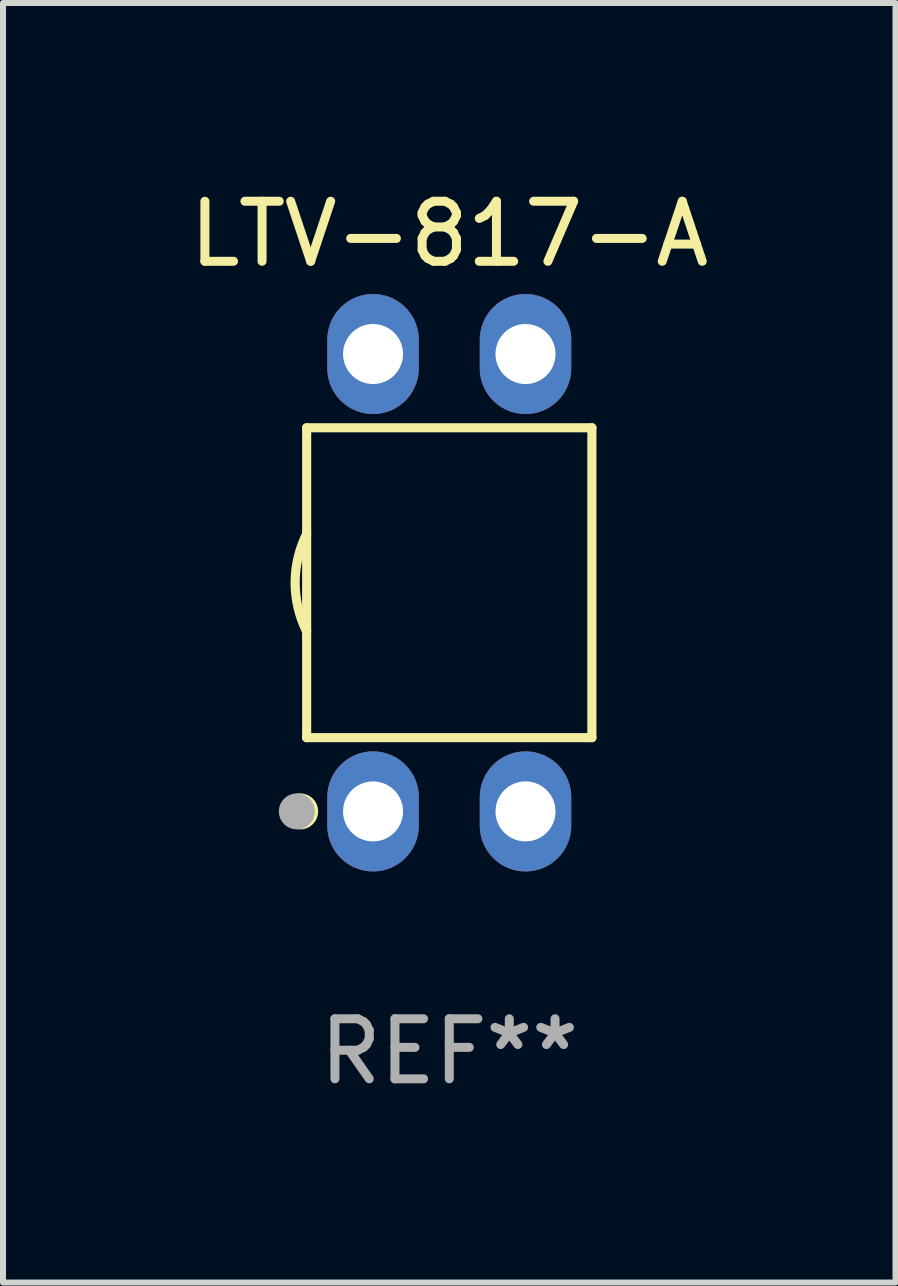
<source format=kicad_pcb>
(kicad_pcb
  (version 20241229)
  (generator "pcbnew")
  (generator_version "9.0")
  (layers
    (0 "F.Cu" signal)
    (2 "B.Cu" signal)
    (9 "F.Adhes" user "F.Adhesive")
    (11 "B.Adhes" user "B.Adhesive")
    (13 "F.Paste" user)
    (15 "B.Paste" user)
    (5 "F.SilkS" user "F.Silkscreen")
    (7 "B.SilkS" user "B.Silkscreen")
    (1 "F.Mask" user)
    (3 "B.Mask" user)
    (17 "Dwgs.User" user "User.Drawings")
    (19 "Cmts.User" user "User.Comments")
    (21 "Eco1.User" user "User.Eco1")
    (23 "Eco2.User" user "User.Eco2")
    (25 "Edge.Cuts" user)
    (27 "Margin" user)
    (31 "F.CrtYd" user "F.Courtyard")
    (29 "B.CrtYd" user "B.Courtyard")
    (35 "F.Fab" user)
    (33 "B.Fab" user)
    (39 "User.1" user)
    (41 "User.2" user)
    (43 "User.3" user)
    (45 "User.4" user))
  (footprint "LTV-817-A"
    (layer "F.Cu")
    (at 4.435 6.658)
    (property "Reference" "LTV-817-A" (at 0 -5.81 0) (layer "F.SilkS") (effects (font (size 1 1) (thickness 0.15))))
    (attr through_hole)
    (fp_line (start -2.376 -2.581) (end 2.376 -2.581) (stroke (width 0.152) (type solid)) (layer "F.SilkS"))
    (fp_line (start -2.376 2.581) (end -2.376 -2.581) (stroke (width 0.152) (type solid)) (layer "F.SilkS"))
    (fp_line (start 2.376 -2.581) (end 2.376 2.581) (stroke (width 0.152) (type solid)) (layer "F.SilkS"))
    (fp_line (start 2.376 2.581) (end -2.376 2.581) (stroke (width 0.152) (type solid)) (layer "F.SilkS"))
    (fp_arc (start -2.3762 0.812496) (mid -2.568004 0) (end -2.3762 -0.812497) (stroke (width 0.1524) (type solid)) (layer "F.SilkS"))
    (fp_circle (center -2.484 3.81) (end -2.334 3.81) (stroke (width 0.3) (type solid)) (fill no) (layer "F.SilkS"))
    (fp_circle (center -2.3 3.935) (end -2.27 3.935) (stroke (width 0.06) (type solid)) (fill no) (layer "F.SilkS"))
    (fp_circle (center -2.54 3.81) (end -2.39 3.81) (stroke (width 0.3) (type solid)) (fill no) (layer "F.Fab"))
    (fp_text user "REF**" (at 0 7.81 0) (layer "F.Fab") (effects (font (size 1 1) (thickness 0.15))))
    (pad "1" thru_hole oval (at -1.27 3.81) (size 1.524 2) (drill 1) (layers "*.Cu" "*.Mask"))
    (pad "2" thru_hole oval (at 1.27 3.81) (size 1.524 2) (drill 1) (layers "*.Cu" "*.Mask"))
    (pad "3" thru_hole oval (at 1.27 -3.81) (size 1.524 2) (drill 1) (layers "*.Cu" "*.Mask"))
    (pad "4" thru_hole oval (at -1.27 -3.81) (size 1.524 2) (drill 1) (layers "*.Cu" "*.Mask")))
  (gr_rect
    (start -3 -3)
    (end 11.869 18.317)
    (stroke (width 0.1) (type default))
    (fill no)
    (layer "Edge.Cuts")))
</source>
